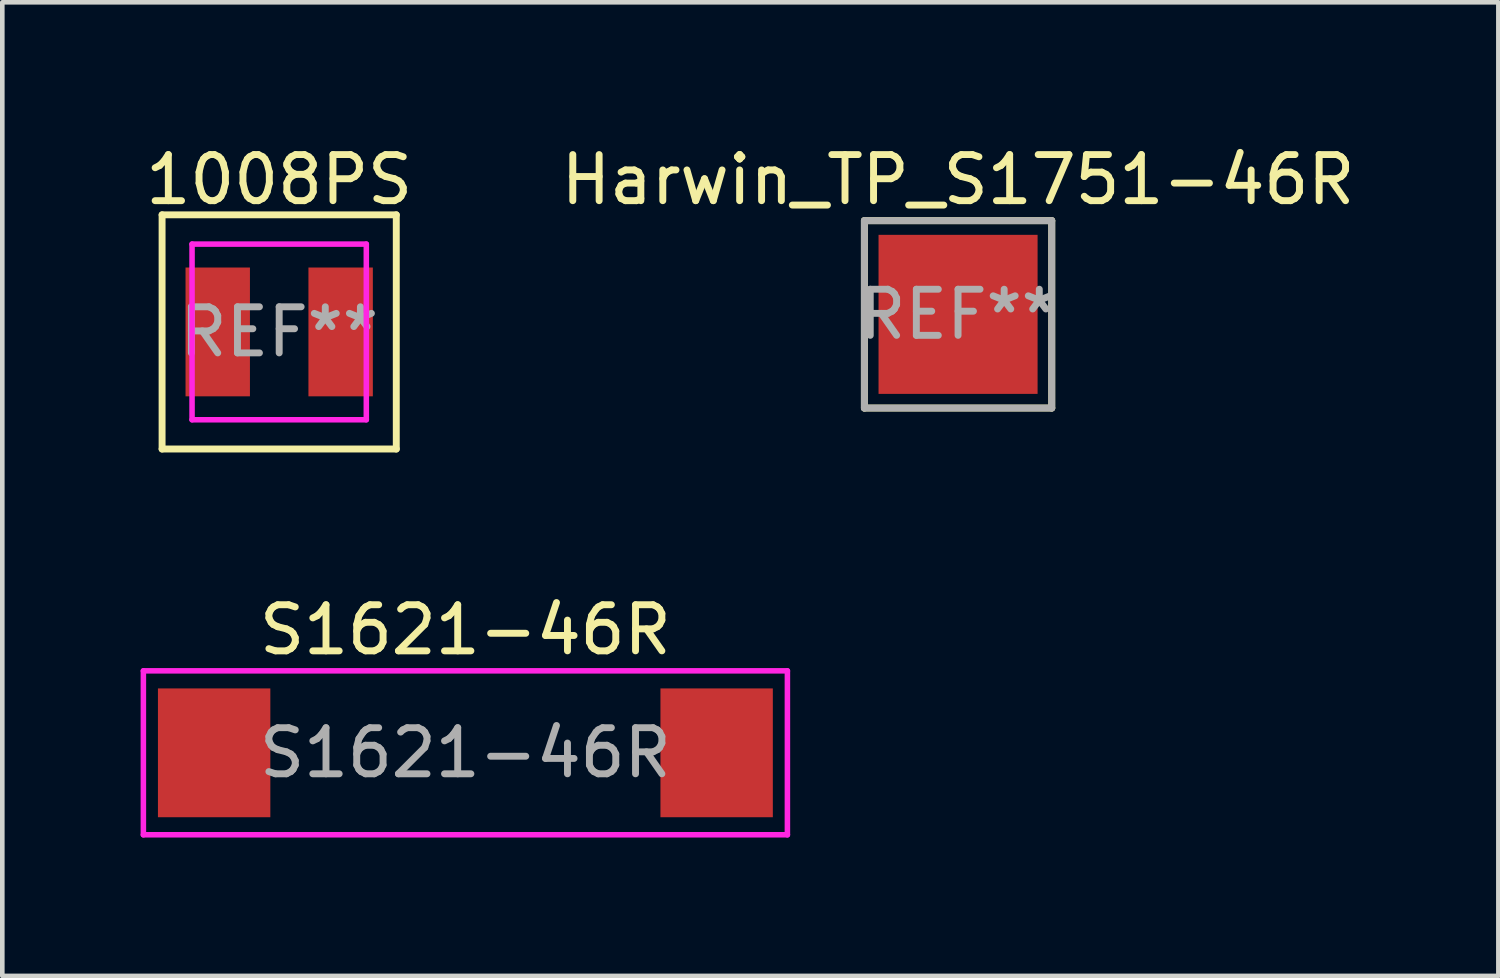
<source format=kicad_pcb>
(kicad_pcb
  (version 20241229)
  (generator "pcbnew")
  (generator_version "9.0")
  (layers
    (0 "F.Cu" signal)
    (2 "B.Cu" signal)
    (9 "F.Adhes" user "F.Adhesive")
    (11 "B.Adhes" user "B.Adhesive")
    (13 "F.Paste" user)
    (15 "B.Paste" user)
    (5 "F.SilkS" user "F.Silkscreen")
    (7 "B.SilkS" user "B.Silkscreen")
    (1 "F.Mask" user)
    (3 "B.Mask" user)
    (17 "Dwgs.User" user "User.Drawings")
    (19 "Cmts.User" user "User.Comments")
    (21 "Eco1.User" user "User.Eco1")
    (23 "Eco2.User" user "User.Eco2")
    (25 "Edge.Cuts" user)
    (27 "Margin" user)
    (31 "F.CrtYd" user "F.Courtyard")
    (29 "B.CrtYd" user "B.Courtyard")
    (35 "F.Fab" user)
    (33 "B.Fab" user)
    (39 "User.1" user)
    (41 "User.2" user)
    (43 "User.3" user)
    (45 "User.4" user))
  (footprint "S1621-46R"
    (layer "F.Cu")
    (at 7.045 13.28)
    (property "Reference" "S1621-46R" (at 0 -2.667 0) (layer "F.SilkS") (effects (font (size 1 1) (thickness 0.15))))
    (attr through_hole)
    (fp_line (start -6.985 -1.778) (end 6.985 -1.778) (stroke (width 0.12) (type solid)) (layer "F.CrtYd"))
    (fp_line (start -6.985 1.778) (end -6.985 -1.778) (stroke (width 0.12) (type solid)) (layer "F.CrtYd"))
    (fp_line (start 6.985 -1.778) (end 6.985 1.778) (stroke (width 0.12) (type solid)) (layer "F.CrtYd"))
    (fp_line (start 6.985 1.778) (end -6.985 1.778) (stroke (width 0.12) (type solid)) (layer "F.CrtYd"))
    (fp_text user "${REFERENCE}" (at 0 0 0) (layer "F.Fab") (effects (font (size 1 1) (thickness 0.15))))
    (pad "1" smd rect (at -5.45 0) (size 2.438 2.794) (layers "F.Cu" "F.Mask" "F.Paste"))
    (pad "2" smd rect (at 5.45 0) (size 2.438 2.794) (layers "F.Cu" "F.Mask" "F.Paste")))
  (footprint "Harwin_TP_S1751-46R"
    (layer "F.Cu")
    (at 17.732 3.769)
    (property "Reference" "Harwin_TP_S1751-46R" (at 0 -2.921 0) (layer "F.SilkS") (effects (font (size 1 1) (thickness 0.15))))
    (attr smd)
    (fp_line (start -2.032 -2.032) (end 2.032 -2.032) (stroke (width 0.15) (type solid)) (layer "F.SilkS"))
    (fp_line (start -2.032 2.032) (end -2.032 -2.032) (stroke (width 0.15) (type solid)) (layer "F.SilkS"))
    (fp_line (start 2.032 -2.032) (end 2.032 2.032) (stroke (width 0.15) (type solid)) (layer "F.SilkS"))
    (fp_line (start 2.032 2.032) (end -2.032 2.032) (stroke (width 0.15) (type solid)) (layer "F.SilkS"))
    (fp_line (start -2.032 -2.032) (end 2.032 -2.032) (stroke (width 0.15) (type solid)) (layer "F.Fab"))
    (fp_line (start -2.032 2.032) (end -2.032 -2.032) (stroke (width 0.15) (type solid)) (layer "F.Fab"))
    (fp_line (start 2.032 -2.032) (end 2.032 2.032) (stroke (width 0.15) (type solid)) (layer "F.Fab"))
    (fp_line (start 2.032 2.032) (end -2.032 2.032) (stroke (width 0.15) (type solid)) (layer "F.Fab"))
    (fp_text user "REF**" (at 0 0 0) (layer "F.Fab") (effects (font (size 1 1) (thickness 0.15))))
    (pad "1" smd rect (at 0 0) (size 3.45 3.45) (layers "F.Cu" "F.Mask" "F.Paste")))
  (footprint "1008PS"
    (layer "F.Cu")
    (at 3.006 4.15)
    (property "Reference" "1008PS" (at 0 -3.302 0) (layer "F.SilkS") (effects (font (size 1 1) (thickness 0.15))))
    (attr through_hole)
    (fp_line (start -2.54 -2.54) (end 2.54 -2.54) (stroke (width 0.15) (type solid)) (layer "F.SilkS"))
    (fp_line (start -2.54 2.54) (end -2.54 -2.54) (stroke (width 0.15) (type solid)) (layer "F.SilkS"))
    (fp_line (start -2.54 2.54) (end 2.54 2.54) (stroke (width 0.15) (type solid)) (layer "F.SilkS"))
    (fp_line (start 2.54 -2.54) (end 2.54 2.54) (stroke (width 0.15) (type solid)) (layer "F.SilkS"))
    (fp_line (start -1.89 -1.905) (end 1.89 -1.905) (stroke (width 0.12) (type solid)) (layer "F.CrtYd"))
    (fp_line (start -1.89 1.905) (end -1.89 -1.905) (stroke (width 0.12) (type solid)) (layer "F.CrtYd"))
    (fp_line (start -1.89 1.905) (end 1.89 1.905) (stroke (width 0.12) (type solid)) (layer "F.CrtYd"))
    (fp_line (start 1.89 -1.905) (end 1.89 1.905) (stroke (width 0.12) (type solid)) (layer "F.CrtYd"))
    (fp_text user "REF**" (at 0 0 0) (layer "F.Fab") (effects (font (size 1 1) (thickness 0.15))))
    (pad "1" smd rect (at -1.333 0) (size 1.397 2.794) (layers "F.Cu" "F.Mask" "F.Paste"))
    (pad "2" smd rect (at 1.333 0) (size 1.397 2.794) (layers "F.Cu" "F.Mask" "F.Paste")))
  (gr_rect
    (start -3 -3)
    (end 29.452 18.119)
    (stroke (width 0.1) (type default))
    (fill no)
    (layer "Edge.Cuts")))
</source>
